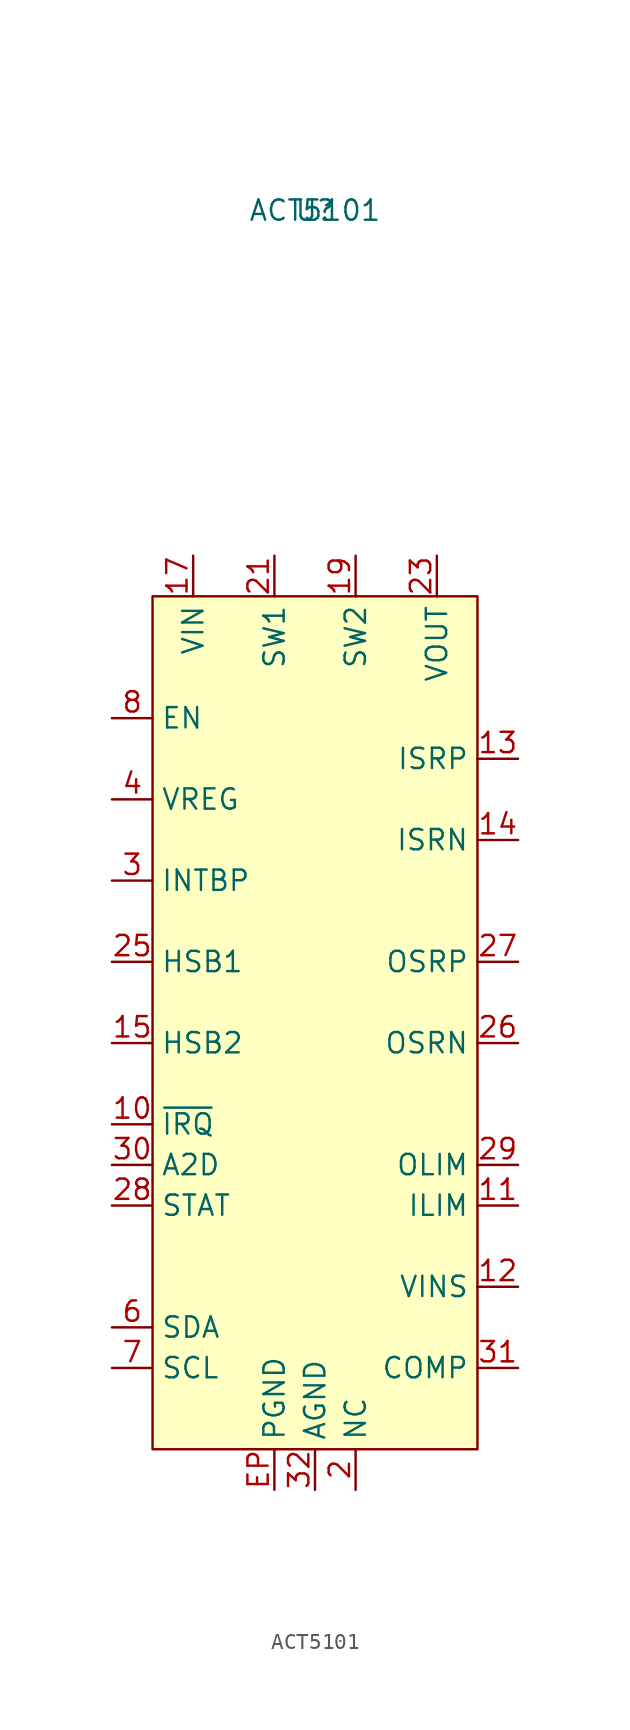
<source format=kicad_sym>
(kicad_symbol_lib
  (version 20220914)
  (generator kicad_symbol_editor)
  (symbol "ACT5101"
    (property "Reference" "U"
      (at 0 36.83 0)
      (effects (font (size 1.27 1.27))))
    (property "Value" "ACT5101"
      (at 0 36.83 0)
      (effects (font (size 1.27 1.27))))
    (symbol "ACT5101_0_0"
      (pin input line (at -12.7 -20.32 0) (length 2.54) (name "~{IRQ}" (effects (font (size 1.27 1.27)))) (number "10" (effects (font (size 1.27 1.27)))))
      (pin input line (at 12.7 -25.4 180) (length 2.54) (name "ILIM" (effects (font (size 1.27 1.27)))) (number "11" (effects (font (size 1.27 1.27)))))
      (pin input line (at 12.7 -30.48 180) (length 2.54) (name "VINS" (effects (font (size 1.27 1.27)))) (number "12" (effects (font (size 1.27 1.27)))))
      (pin input line (at 12.7 2.54 180) (length 2.54) (name "ISRP" (effects (font (size 1.27 1.27)))) (number "13" (effects (font (size 1.27 1.27)))))
      (pin input line (at 12.7 -2.54 180) (length 2.54) (name "ISRN" (effects (font (size 1.27 1.27)))) (number "14" (effects (font (size 1.27 1.27)))))
      (pin input line (at -12.7 -15.24 0) (length 2.54) (name "HSB2" (effects (font (size 1.27 1.27)))) (number "15" (effects (font (size 1.27 1.27)))))
      (pin input line (at -7.62 15.24 270) (length 2.54) (name "VIN" (effects (font (size 1.27 1.27)))) (number "17" (effects (font (size 1.27 1.27)))))
      (pin output line (at 2.54 15.24 270) (length 2.54) (name "SW2" (effects (font (size 1.27 1.27)))) (number "19" (effects (font (size 1.27 1.27)))))
      (pin input line (at 2.54 -43.18 90) (length 2.54) (name "NC" (effects (font (size 1.27 1.27)))) (number "2" (effects (font (size 1.27 1.27)))))
      (pin output line (at -2.54 15.24 270) (length 2.54) (name "SW1" (effects (font (size 1.27 1.27)))) (number "21" (effects (font (size 1.27 1.27)))))
      (pin power_out line (at 7.62 15.24 270) (length 2.54) (name "VOUT" (effects (font (size 1.27 1.27)))) (number "23" (effects (font (size 1.27 1.27)))))
      (pin input line (at -12.7 -10.16 0) (length 2.54) (name "HSB1" (effects (font (size 1.27 1.27)))) (number "25" (effects (font (size 1.27 1.27)))))
      (pin input line (at 12.7 -15.24 180) (length 2.54) (name "OSRN" (effects (font (size 1.27 1.27)))) (number "26" (effects (font (size 1.27 1.27)))))
      (pin input line (at 12.7 -10.16 180) (length 2.54) (name "OSRP" (effects (font (size 1.27 1.27)))) (number "27" (effects (font (size 1.27 1.27)))))
      (pin input line (at -12.7 -25.4 0) (length 2.54) (name "STAT" (effects (font (size 1.27 1.27)))) (number "28" (effects (font (size 1.27 1.27)))))
      (pin input line (at 12.7 -22.86 180) (length 2.54) (name "OLIM" (effects (font (size 1.27 1.27)))) (number "29" (effects (font (size 1.27 1.27)))))
      (pin input line (at -12.7 -5.08 0) (length 2.54) (name "INTBP" (effects (font (size 1.27 1.27)))) (number "3" (effects (font (size 1.27 1.27)))))
      (pin input line (at -12.7 -22.86 0) (length 2.54) (name "A2D" (effects (font (size 1.27 1.27)))) (number "30" (effects (font (size 1.27 1.27)))))
      (pin input line (at 12.7 -35.56 180) (length 2.54) (name "COMP" (effects (font (size 1.27 1.27)))) (number "31" (effects (font (size 1.27 1.27)))))
      (pin power_in line (at 0 -43.18 90) (length 2.54) (name "AGND" (effects (font (size 1.27 1.27)))) (number "32" (effects (font (size 1.27 1.27)))))
      (pin input line (at -12.7 0 0) (length 2.54) (name "VREG" (effects (font (size 1.27 1.27)))) (number "4" (effects (font (size 1.27 1.27)))))
      (pin input line (at -12.7 -33.02 0) (length 2.54) (name "SDA" (effects (font (size 1.27 1.27)))) (number "6" (effects (font (size 1.27 1.27)))))
      (pin input line (at -12.7 -35.56 0) (length 2.54) (name "SCL" (effects (font (size 1.27 1.27)))) (number "7" (effects (font (size 1.27 1.27)))))
      (pin input line (at -12.7 5.08 0) (length 2.54) (name "EN" (effects (font (size 1.27 1.27)))) (number "8" (effects (font (size 1.27 1.27)))))
      (pin power_in line (at -2.54 -43.18 90) (length 2.54) (name "PGND" (effects (font (size 1.27 1.27)))) (number "EP" (effects (font (size 1.27 1.27))))))
    (symbol "ACT5101_1_0"
      (pin power_in line (at 0 -43.18 90) (length 2.54) hide (name "AGND" (effects (font (size 1.27 1.27)))) (number "1" (effects (font (size 1.27 1.27)))))
      (pin input line (at -7.62 15.24 270) (length 2.54) hide (name "VIN" (effects (font (size 1.27 1.27)))) (number "16" (effects (font (size 1.27 1.27)))))
      (pin output line (at 2.54 15.24 270) (length 2.54) hide (name "SW2" (effects (font (size 1.27 1.27)))) (number "18" (effects (font (size 1.27 1.27)))))
      (pin power_in line (at -2.54 -43.18 90) (length 2.54) hide (name "PGND" (effects (font (size 1.27 1.27)))) (number "20" (effects (font (size 1.27 1.27)))))
      (pin output line (at -2.54 15.24 270) (length 2.54) hide (name "SW1" (effects (font (size 1.27 1.27)))) (number "22" (effects (font (size 1.27 1.27)))))
      (pin power_out line (at 7.62 15.24 270) (length 2.54) hide (name "VOUT" (effects (font (size 1.27 1.27)))) (number "24" (effects (font (size 1.27 1.27)))))
      (pin power_in line (at -2.54 -43.18 90) (length 2.54) hide (name "PGND" (effects (font (size 1.27 1.27)))) (number "5" (effects (font (size 1.27 1.27)))))
      (pin power_in line (at 0 -43.18 90) (length 2.54) hide (name "AGND" (effects (font (size 1.27 1.27)))) (number "9" (effects (font (size 1.27 1.27))))))
    (symbol "ACT5101_1_1"
      (rectangle (start -10.16 12.7) (end 10.16 -40.64) (stroke (width 0) (type default)) (fill (type background))))))
</source>
